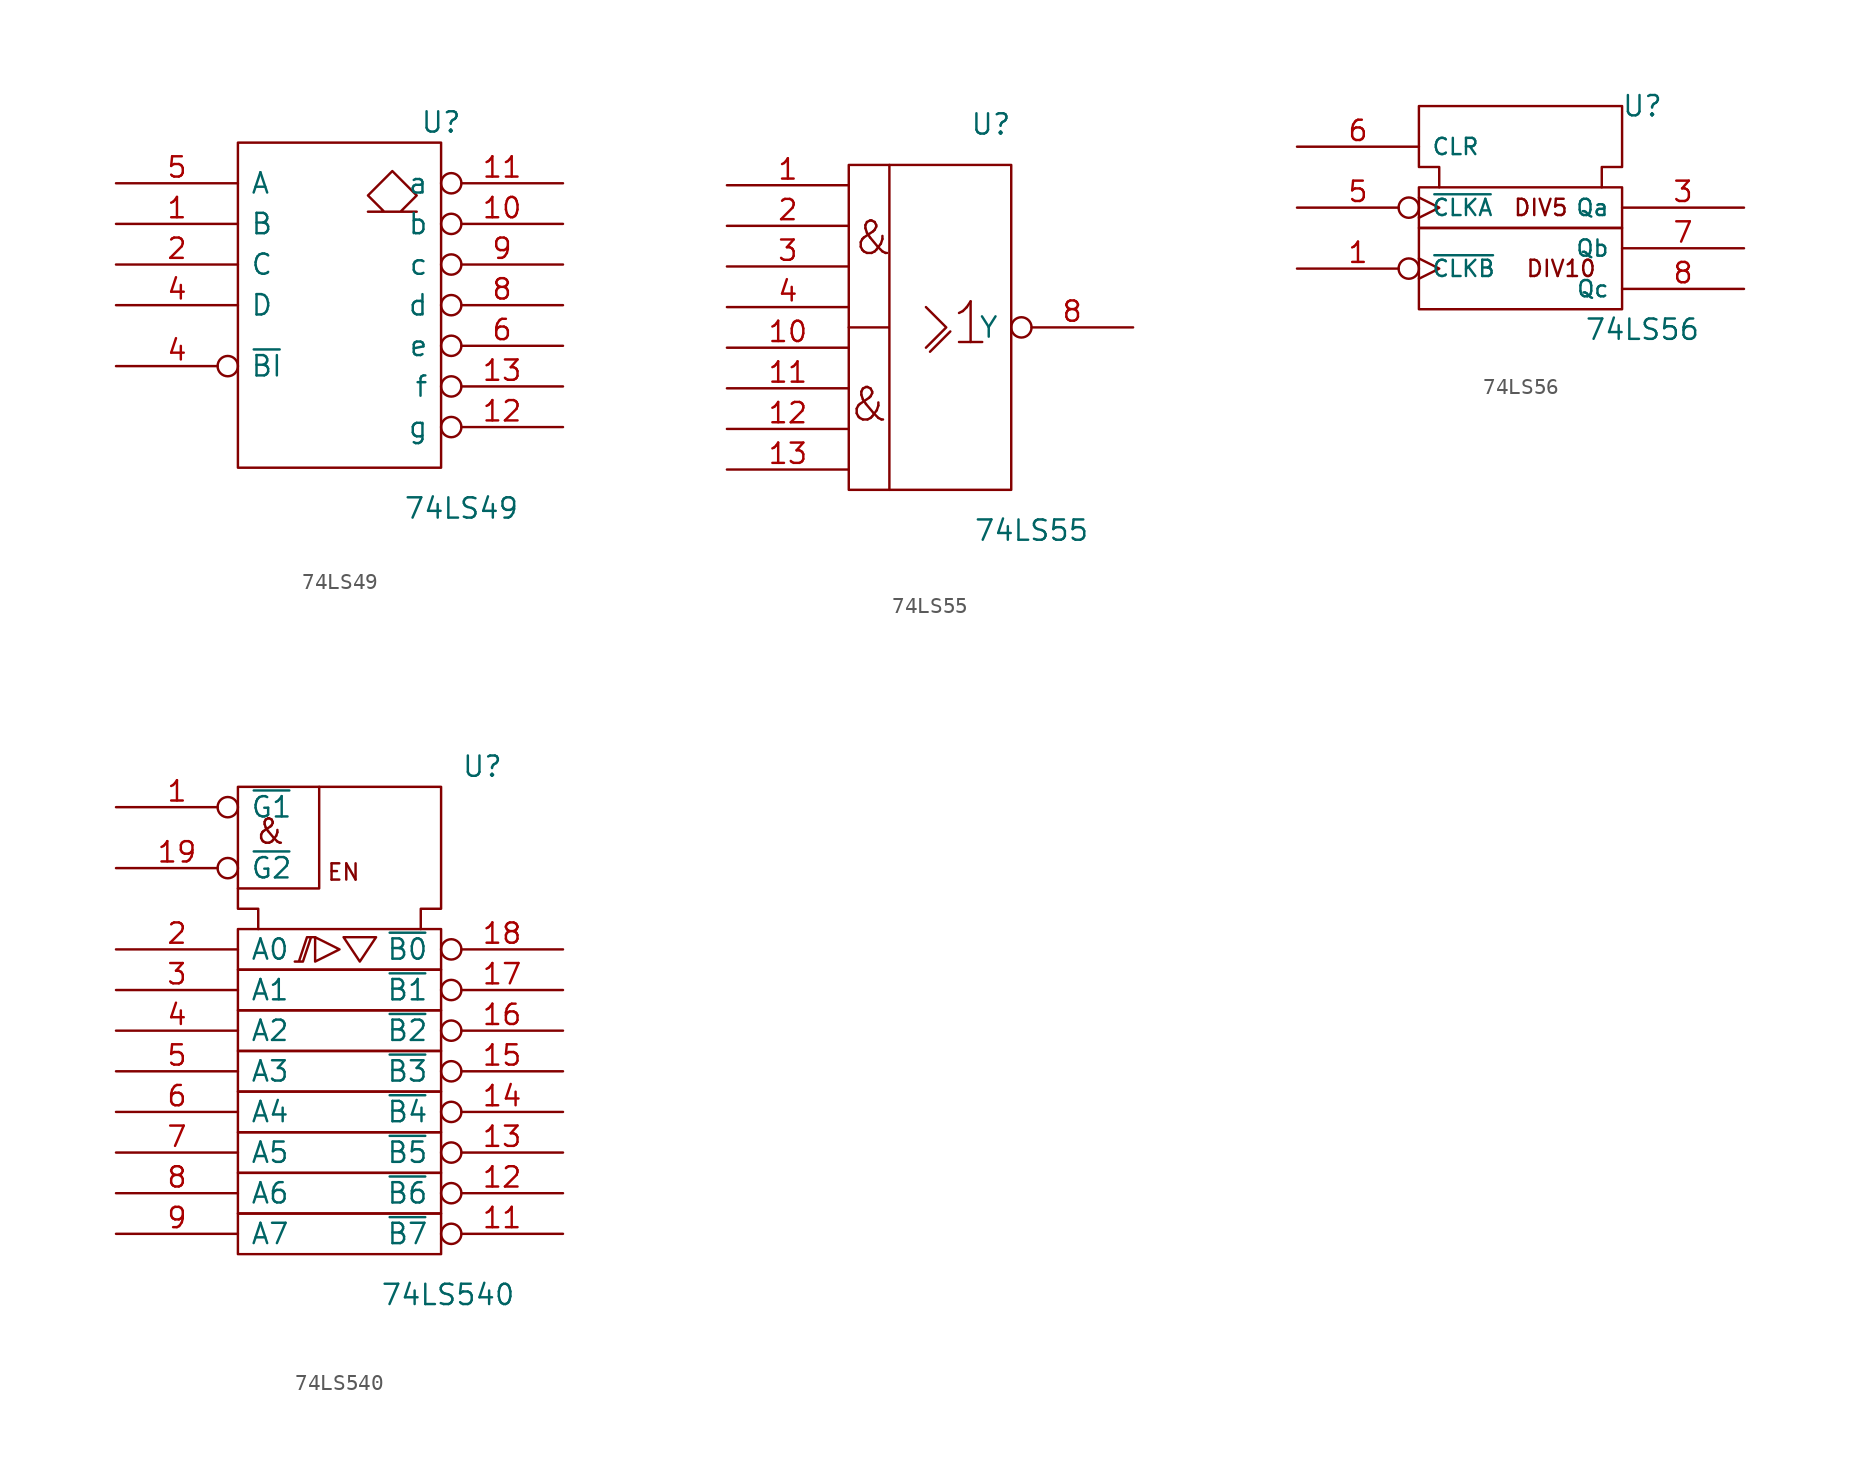
<source format=kicad_sym>
(kicad_symbol_lib
  (version 20211014)
  (generator kicad_symbol_editor)
  (symbol "74LS49"
    (pin_names
      (offset 0.762))
    (property "Reference" "U"
      (at 6.35 11.43 0)
      (effects (font (size 1.27 1.27))))
    (property "Value" "74LS49"
      (at 7.62 -12.7 0)
      (effects (font (size 1.27 1.27))))
    (symbol "74LS49_0_0"
      (rectangle (start -6.35 10.16) (end 6.35 -10.16) (stroke (width 0) (type default) (color 0 0 0 0)) (fill (type none)))
      (polyline (pts (xy 3.81 5.842) (xy 4.826 6.858) (xy 3.302 8.382) (xy 1.778 6.858) (xy 2.794 5.842) (xy 1.778 5.842) (xy 4.826 5.842) (xy 4.826 5.842)) (stroke (width 0) (type default) (color 0 0 0 0)) (fill (type none)))
      (pin power_in line (at 0 10.16 270) (length 0) hide (name "VCC" (effects (font (size 1.27 1.27)))) (number "14" (effects (font (size 1.27 1.27)))))
      (pin power_in line (at 0 -10.16 90) (length 0) hide (name "GND" (effects (font (size 1.27 1.27)))) (number "7" (effects (font (size 1.27 1.27))))))
    (symbol "74LS49_1_1"
      (pin input line (at -13.97 5.08 0) (length 7.62) (name "B" (effects (font (size 1.27 1.27)))) (number "1" (effects (font (size 1.27 1.27)))))
      (pin open_collector inverted (at 13.97 5.08 180) (length 7.62) (name "b" (effects (font (size 1.27 1.27)))) (number "10" (effects (font (size 1.27 1.27)))))
      (pin open_collector inverted (at 13.97 7.62 180) (length 7.62) (name "a" (effects (font (size 1.27 1.27)))) (number "11" (effects (font (size 1.27 1.27)))))
      (pin open_collector inverted (at 13.97 -7.62 180) (length 7.62) (name "g" (effects (font (size 1.27 1.27)))) (number "12" (effects (font (size 1.27 1.27)))))
      (pin open_collector inverted (at 13.97 -5.08 180) (length 7.62) (name "f" (effects (font (size 1.27 1.27)))) (number "13" (effects (font (size 1.27 1.27)))))
      (pin input line (at -13.97 2.54 0) (length 7.62) (name "C" (effects (font (size 1.27 1.27)))) (number "2" (effects (font (size 1.27 1.27)))))
      (pin input line (at -13.97 0 0) (length 7.62) (name "D" (effects (font (size 1.27 1.27)))) (number "4" (effects (font (size 1.27 1.27)))))
      (pin input inverted (at -13.97 -3.81 0) (length 7.62) (name "~{BI}" (effects (font (size 1.27 1.27)))) (number "4" (effects (font (size 1.27 1.27)))))
      (pin input line (at -13.97 7.62 0) (length 7.62) (name "A" (effects (font (size 1.27 1.27)))) (number "5" (effects (font (size 1.27 1.27)))))
      (pin open_collector inverted (at 13.97 -2.54 180) (length 7.62) (name "e" (effects (font (size 1.27 1.27)))) (number "6" (effects (font (size 1.27 1.27)))))
      (pin open_collector inverted (at 13.97 0 180) (length 7.62) (name "d" (effects (font (size 1.27 1.27)))) (number "8" (effects (font (size 1.27 1.27)))))
      (pin open_collector inverted (at 13.97 2.54 180) (length 7.62) (name "c" (effects (font (size 1.27 1.27)))) (number "9" (effects (font (size 1.27 1.27)))))))
  (symbol "74LS55"
    (pin_names
      (offset 0.762))
    (property "Reference" "U"
      (at 3.81 12.7 0)
      (effects (font (size 1.27 1.27))))
    (property "Value" "74LS55"
      (at 6.35 -12.7 0)
      (effects (font (size 1.27 1.27))))
    (symbol "74LS55_0_0"
      (polyline (pts (xy 0 -1.524) (xy 1.27 -0.254)) (stroke (width 0) (type default) (color 0 0 0 0)) (fill (type none)))
      (polyline (pts (xy -0.254 1.27) (xy 1.016 0) (xy -0.254 -1.27) (xy -0.254 -1.27)) (stroke (width 0) (type default) (color 0 0 0 0)) (fill (type none)))
      (text "&" (at -3.81 -4.826 0) (effects (font (size 2.032 2.032))))
      (text "&" (at -3.556 5.588 0) (effects (font (size 2.032 2.032))))
      (text "1" (at 2.54 0.254 0) (effects (font (size 2.54 2.54)))))
    (symbol "74LS55_0_1"
      (rectangle (start -5.08 10.16) (end 5.08 -10.16) (stroke (width 0) (type default) (color 0 0 0 0)) (fill (type none)))
      (polyline (pts (xy -2.54 10.16) (xy -2.54 0) (xy -5.08 0) (xy -2.54 0) (xy -2.54 -10.16) (xy -2.54 -10.16)) (stroke (width 0) (type default) (color 0 0 0 0)) (fill (type none)))
      (pin power_in line (at 0 10.16 270) (length 0) hide (name "VCC" (effects (font (size 1.27 1.27)))) (number "14" (effects (font (size 1.27 1.27)))))
      (pin power_in line (at 0 -10.16 90) (length 0) hide (name "GND" (effects (font (size 1.27 1.27)))) (number "7" (effects (font (size 1.27 1.27))))))
    (symbol "74LS55_1_1"
      (pin input line (at -12.7 8.89 0) (length 7.62) (name "~" (effects (font (size 1.27 1.27)))) (number "1" (effects (font (size 1.27 1.27)))))
      (pin input line (at -12.7 -1.27 0) (length 7.62) (name "~" (effects (font (size 1.27 1.27)))) (number "10" (effects (font (size 1.27 1.27)))))
      (pin input line (at -12.7 -3.81 0) (length 7.62) (name "~" (effects (font (size 1.27 1.27)))) (number "11" (effects (font (size 1.27 1.27)))))
      (pin input line (at -12.7 -6.35 0) (length 7.62) (name "~" (effects (font (size 1.27 1.27)))) (number "12" (effects (font (size 1.27 1.27)))))
      (pin input line (at -12.7 -8.89 0) (length 7.62) (name "~" (effects (font (size 1.27 1.27)))) (number "13" (effects (font (size 1.27 1.27)))))
      (pin input line (at -12.7 6.35 0) (length 7.62) (name "~" (effects (font (size 1.27 1.27)))) (number "2" (effects (font (size 1.27 1.27)))))
      (pin input line (at -12.7 3.81 0) (length 7.62) (name "~" (effects (font (size 1.27 1.27)))) (number "3" (effects (font (size 1.27 1.27)))))
      (pin input line (at -12.7 1.27 0) (length 7.62) (name "~" (effects (font (size 1.27 1.27)))) (number "4" (effects (font (size 1.27 1.27)))))
      (pin output inverted (at 12.7 0 180) (length 7.62) (name "Y" (effects (font (size 1.27 1.27)))) (number "8" (effects (font (size 1.27 1.27)))))))
  (symbol "74LS56"
    (pin_names
      (offset 0.762))
    (property "Reference" "U"
      (at 7.62 6.35 0)
      (effects (font (size 1.27 1.27))))
    (property "Value" "74LS56"
      (at 7.62 -7.62 0)
      (effects (font (size 1.27 1.27))))
    (symbol "74LS56_0_0"
      (rectangle (start -6.35 -1.27) (end 6.35 -6.35) (stroke (width 0) (type default) (color 0 0 0 0)) (fill (type none)))
      (rectangle (start -6.35 1.27) (end 6.35 -1.27) (stroke (width 0) (type default) (color 0 0 0 0)) (fill (type none)))
      (polyline (pts (xy -5.08 1.27) (xy -5.08 2.54) (xy -6.35 2.54) (xy -6.35 6.35) (xy 6.35 6.35) (xy 6.35 2.54) (xy 5.08 2.54) (xy 5.08 1.27) (xy 5.08 1.27)) (stroke (width 0) (type default) (color 0 0 0 0)) (fill (type none)))
      (text "DIV10" (at 2.54 -3.81 0) (effects (font (size 1.016 1.016))))
      (text "DIV5" (at 1.27 0 0) (effects (font (size 1.016 1.016)))))
    (symbol "74LS56_0_1"
      (pin power_in line (at 5.08 6.35 270) (length 0) hide (name "Vcc" (effects (font (size 1.016 1.016)))) (number "2" (effects (font (size 1.27 1.27)))))
      (pin power_in line (at 1.27 6.35 270) (length 0) hide (name "Gnd" (effects (font (size 1.016 1.016)))) (number "4" (effects (font (size 1.27 1.27))))))
    (symbol "74LS56_1_1"
      (pin input inverted_clock (at -13.97 -3.81 0) (length 7.62) (name "~{CLKB}" (effects (font (size 1.016 1.016)))) (number "1" (effects (font (size 1.27 1.27)))))
      (pin output line (at 13.97 0 180) (length 7.62) (name "Qa" (effects (font (size 1.016 1.016)))) (number "3" (effects (font (size 1.27 1.27)))))
      (pin input inverted_clock (at -13.97 0 0) (length 7.62) (name "~{CLKA}" (effects (font (size 1.016 1.016)))) (number "5" (effects (font (size 1.27 1.27)))))
      (pin input line (at -13.97 3.81 0) (length 7.62) (name "CLR" (effects (font (size 1.016 1.016)))) (number "6" (effects (font (size 1.27 1.27)))))
      (pin output line (at 13.97 -2.54 180) (length 7.62) (name "Qb" (effects (font (size 1.016 1.016)))) (number "7" (effects (font (size 1.27 1.27)))))
      (pin output line (at 13.97 -5.08 180) (length 7.62) (name "Qc" (effects (font (size 1.016 1.016)))) (number "8" (effects (font (size 1.27 1.27)))))))
  (symbol "74LS540"
    (pin_names
      (offset 0.762))
    (property "Reference" "U"
      (at 7.62 17.78 0)
      (effects (font (size 1.27 1.27)) (justify left)))
    (property "Value" "74LS540"
      (at 2.54 -15.24 0)
      (effects (font (size 1.27 1.27)) (justify left)))
    (symbol "74LS540_0_0"
      (polyline (pts (xy -1.27 16.51) (xy -1.27 10.16) (xy -6.35 10.16) (xy -6.35 10.16)) (stroke (width 0) (type default) (color 0 0 0 0)) (fill (type none)))
      (polyline (pts (xy -1.524 7.112) (xy -1.524 5.588) (xy 0 6.35) (xy -1.524 7.112) (xy -1.524 7.112)) (stroke (width 0) (type default) (color 0 0 0 0)) (fill (type none)))
      (polyline (pts (xy 0.254 7.112) (xy 2.286 7.112) (xy 1.27 5.588) (xy 0.254 7.112) (xy 0.254 7.112)) (stroke (width 0) (type default) (color 0 0 0 0)) (fill (type none)))
      (polyline (pts (xy -2.286 5.588) (xy -2.794 5.588) (xy -2.286 5.588) (xy -1.778 7.112) (xy -1.524 7.112) (xy -2.032 7.112) (xy -2.54 5.588) (xy -2.54 5.588)) (stroke (width 0) (type default) (color 0 0 0 0)) (fill (type none)))
      (text "&" (at -4.318 13.716 0) (effects (font (size 1.524 1.524))))
      (text "EN" (at 0.254 11.176 0) (effects (font (size 1.016 1.016))))
      (pin power_in line (at 1.27 16.51 270) (length 0) hide (name "GND" (effects (font (size 1.27 1.27)))) (number "10" (effects (font (size 1.27 1.27)))))
      (pin power_in line (at 5.08 16.51 270) (length 0) hide (name "VCC" (effects (font (size 1.27 1.27)))) (number "20" (effects (font (size 1.27 1.27))))))
    (symbol "74LS540_0_1"
      (rectangle (start -6.35 -10.16) (end 6.35 -12.7) (stroke (width 0) (type default) (color 0 0 0 0)) (fill (type none)))
      (rectangle (start -6.35 -7.62) (end 6.35 -10.16) (stroke (width 0) (type default) (color 0 0 0 0)) (fill (type none)))
      (rectangle (start -6.35 -5.08) (end 6.35 -7.62) (stroke (width 0) (type default) (color 0 0 0 0)) (fill (type none)))
      (rectangle (start -6.35 -2.54) (end 6.35 -5.08) (stroke (width 0) (type default) (color 0 0 0 0)) (fill (type none)))
      (rectangle (start -6.35 0) (end 6.35 -2.54) (stroke (width 0) (type default) (color 0 0 0 0)) (fill (type none)))
      (rectangle (start -6.35 2.54) (end 6.35 0) (stroke (width 0) (type default) (color 0 0 0 0)) (fill (type none)))
      (rectangle (start -6.35 5.08) (end 6.35 2.54) (stroke (width 0) (type default) (color 0 0 0 0)) (fill (type none)))
      (rectangle (start -6.35 7.62) (end 6.35 5.08) (stroke (width 0) (type default) (color 0 0 0 0)) (fill (type none)))
      (polyline (pts (xy -5.08 7.62) (xy -5.08 8.89) (xy -6.35 8.89) (xy -6.35 16.51) (xy 6.35 16.51) (xy 6.35 8.89) (xy 5.08 8.89) (xy 5.08 7.62) (xy 5.08 7.62)) (stroke (width 0) (type default) (color 0 0 0 0)) (fill (type none))))
    (symbol "74LS540_1_1"
      (pin input inverted (at -13.97 15.24 0) (length 7.62) (name "~{G1}" (effects (font (size 1.27 1.27)))) (number "1" (effects (font (size 1.27 1.27)))))
      (pin tri_state inverted (at 13.97 -11.43 180) (length 7.62) (name "~{B7}" (effects (font (size 1.27 1.27)))) (number "11" (effects (font (size 1.27 1.27)))))
      (pin tri_state inverted (at 13.97 -8.89 180) (length 7.62) (name "~{B6}" (effects (font (size 1.27 1.27)))) (number "12" (effects (font (size 1.27 1.27)))))
      (pin tri_state inverted (at 13.97 -6.35 180) (length 7.62) (name "~{B5}" (effects (font (size 1.27 1.27)))) (number "13" (effects (font (size 1.27 1.27)))))
      (pin tri_state inverted (at 13.97 -3.81 180) (length 7.62) (name "~{B4}" (effects (font (size 1.27 1.27)))) (number "14" (effects (font (size 1.27 1.27)))))
      (pin tri_state inverted (at 13.97 -1.27 180) (length 7.62) (name "~{B3}" (effects (font (size 1.27 1.27)))) (number "15" (effects (font (size 1.27 1.27)))))
      (pin tri_state inverted (at 13.97 1.27 180) (length 7.62) (name "~{B2}" (effects (font (size 1.27 1.27)))) (number "16" (effects (font (size 1.27 1.27)))))
      (pin tri_state inverted (at 13.97 3.81 180) (length 7.62) (name "~{B1}" (effects (font (size 1.27 1.27)))) (number "17" (effects (font (size 1.27 1.27)))))
      (pin tri_state inverted (at 13.97 6.35 180) (length 7.62) (name "~{B0}" (effects (font (size 1.27 1.27)))) (number "18" (effects (font (size 1.27 1.27)))))
      (pin input inverted (at -13.97 11.43 0) (length 7.62) (name "~{G2}" (effects (font (size 1.27 1.27)))) (number "19" (effects (font (size 1.27 1.27)))))
      (pin tri_state line (at -13.97 6.35 0) (length 7.62) (name "A0" (effects (font (size 1.27 1.27)))) (number "2" (effects (font (size 1.27 1.27)))))
      (pin tri_state line (at -13.97 3.81 0) (length 7.62) (name "A1" (effects (font (size 1.27 1.27)))) (number "3" (effects (font (size 1.27 1.27)))))
      (pin tri_state line (at -13.97 1.27 0) (length 7.62) (name "A2" (effects (font (size 1.27 1.27)))) (number "4" (effects (font (size 1.27 1.27)))))
      (pin tri_state line (at -13.97 -1.27 0) (length 7.62) (name "A3" (effects (font (size 1.27 1.27)))) (number "5" (effects (font (size 1.27 1.27)))))
      (pin tri_state line (at -13.97 -3.81 0) (length 7.62) (name "A4" (effects (font (size 1.27 1.27)))) (number "6" (effects (font (size 1.27 1.27)))))
      (pin tri_state line (at -13.97 -6.35 0) (length 7.62) (name "A5" (effects (font (size 1.27 1.27)))) (number "7" (effects (font (size 1.27 1.27)))))
      (pin tri_state line (at -13.97 -8.89 0) (length 7.62) (name "A6" (effects (font (size 1.27 1.27)))) (number "8" (effects (font (size 1.27 1.27)))))
      (pin tri_state line (at -13.97 -11.43 0) (length 7.62) (name "A7" (effects (font (size 1.27 1.27)))) (number "9" (effects (font (size 1.27 1.27))))))))
</source>
